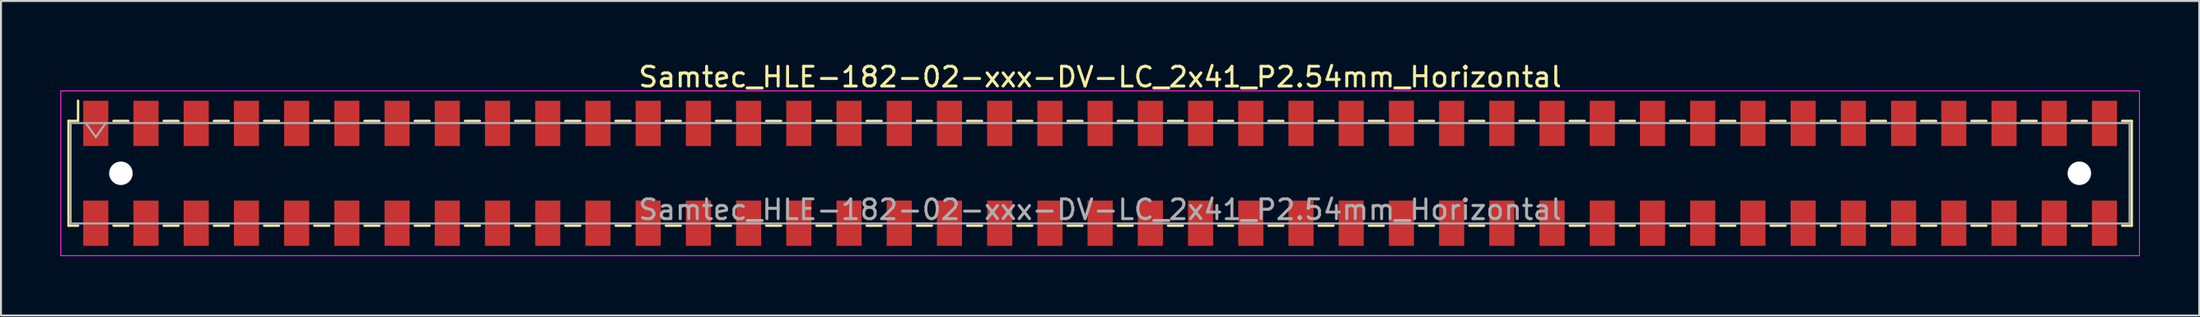
<source format=kicad_pcb>
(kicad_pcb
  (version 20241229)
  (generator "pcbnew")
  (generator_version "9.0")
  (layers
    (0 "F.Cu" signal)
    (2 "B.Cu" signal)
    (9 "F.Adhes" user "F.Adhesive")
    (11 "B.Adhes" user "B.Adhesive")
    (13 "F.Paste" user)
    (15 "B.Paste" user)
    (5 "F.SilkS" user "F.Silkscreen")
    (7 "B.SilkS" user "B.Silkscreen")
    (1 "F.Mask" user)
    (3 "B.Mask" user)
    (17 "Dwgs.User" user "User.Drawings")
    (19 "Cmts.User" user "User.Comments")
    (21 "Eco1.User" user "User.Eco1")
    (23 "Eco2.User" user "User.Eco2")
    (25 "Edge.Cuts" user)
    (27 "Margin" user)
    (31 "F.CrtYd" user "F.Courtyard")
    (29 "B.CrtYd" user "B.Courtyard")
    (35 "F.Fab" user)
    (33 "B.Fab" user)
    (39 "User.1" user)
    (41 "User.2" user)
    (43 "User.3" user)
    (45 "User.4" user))
  (footprint "Samtec_HLE-182-02-xxx-DV-LC_2x41_P2.54mm_Horizontal"
    (layer "F.Cu")
    (at 52.595 5.718)
    (property "Reference" "Samtec_HLE-182-02-xxx-DV-LC_2x41_P2.54mm_Horizontal" (at 0 -4.87 0) (layer "F.SilkS") (effects (font (size 1 1) (thickness 0.15))))
    (attr smd)
    (fp_line (start -52.18 -2.65) (end -52.18 2.65) (stroke (width 0.12) (type solid)) (layer "F.SilkS"))
    (fp_line (start -52.18 2.65) (end -51.695 2.65) (stroke (width 0.12) (type solid)) (layer "F.SilkS"))
    (fp_line (start -51.695 -3.67) (end -51.695 -2.65) (stroke (width 0.12) (type solid)) (layer "F.SilkS"))
    (fp_line (start -51.695 -2.65) (end -52.18 -2.65) (stroke (width 0.12) (type solid)) (layer "F.SilkS"))
    (fp_line (start -49.905 -2.65) (end -49.155 -2.65) (stroke (width 0.12) (type solid)) (layer "F.SilkS"))
    (fp_line (start -49.905 2.65) (end -49.155 2.65) (stroke (width 0.12) (type solid)) (layer "F.SilkS"))
    (fp_line (start -47.365 -2.65) (end -46.615 -2.65) (stroke (width 0.12) (type solid)) (layer "F.SilkS"))
    (fp_line (start -47.365 2.65) (end -46.615 2.65) (stroke (width 0.12) (type solid)) (layer "F.SilkS"))
    (fp_line (start -44.825 -2.65) (end -44.075 -2.65) (stroke (width 0.12) (type solid)) (layer "F.SilkS"))
    (fp_line (start -44.825 2.65) (end -44.075 2.65) (stroke (width 0.12) (type solid)) (layer "F.SilkS"))
    (fp_line (start -42.285 -2.65) (end -41.535 -2.65) (stroke (width 0.12) (type solid)) (layer "F.SilkS"))
    (fp_line (start -42.285 2.65) (end -41.535 2.65) (stroke (width 0.12) (type solid)) (layer "F.SilkS"))
    (fp_line (start -39.745 -2.65) (end -38.995 -2.65) (stroke (width 0.12) (type solid)) (layer "F.SilkS"))
    (fp_line (start -39.745 2.65) (end -38.995 2.65) (stroke (width 0.12) (type solid)) (layer "F.SilkS"))
    (fp_line (start -37.205 -2.65) (end -36.455 -2.65) (stroke (width 0.12) (type solid)) (layer "F.SilkS"))
    (fp_line (start -37.205 2.65) (end -36.455 2.65) (stroke (width 0.12) (type solid)) (layer "F.SilkS"))
    (fp_line (start -34.665 -2.65) (end -33.915 -2.65) (stroke (width 0.12) (type solid)) (layer "F.SilkS"))
    (fp_line (start -34.665 2.65) (end -33.915 2.65) (stroke (width 0.12) (type solid)) (layer "F.SilkS"))
    (fp_line (start -32.125 -2.65) (end -31.375 -2.65) (stroke (width 0.12) (type solid)) (layer "F.SilkS"))
    (fp_line (start -32.125 2.65) (end -31.375 2.65) (stroke (width 0.12) (type solid)) (layer "F.SilkS"))
    (fp_line (start -29.585 -2.65) (end -28.835 -2.65) (stroke (width 0.12) (type solid)) (layer "F.SilkS"))
    (fp_line (start -29.585 2.65) (end -28.835 2.65) (stroke (width 0.12) (type solid)) (layer "F.SilkS"))
    (fp_line (start -27.045 -2.65) (end -26.295 -2.65) (stroke (width 0.12) (type solid)) (layer "F.SilkS"))
    (fp_line (start -27.045 2.65) (end -26.295 2.65) (stroke (width 0.12) (type solid)) (layer "F.SilkS"))
    (fp_line (start -24.505 -2.65) (end -23.755 -2.65) (stroke (width 0.12) (type solid)) (layer "F.SilkS"))
    (fp_line (start -24.505 2.65) (end -23.755 2.65) (stroke (width 0.12) (type solid)) (layer "F.SilkS"))
    (fp_line (start -21.965 -2.65) (end -21.215 -2.65) (stroke (width 0.12) (type solid)) (layer "F.SilkS"))
    (fp_line (start -21.965 2.65) (end -21.215 2.65) (stroke (width 0.12) (type solid)) (layer "F.SilkS"))
    (fp_line (start -19.425 -2.65) (end -18.675 -2.65) (stroke (width 0.12) (type solid)) (layer "F.SilkS"))
    (fp_line (start -19.425 2.65) (end -18.675 2.65) (stroke (width 0.12) (type solid)) (layer "F.SilkS"))
    (fp_line (start -16.885 -2.65) (end -16.135 -2.65) (stroke (width 0.12) (type solid)) (layer "F.SilkS"))
    (fp_line (start -16.885 2.65) (end -16.135 2.65) (stroke (width 0.12) (type solid)) (layer "F.SilkS"))
    (fp_line (start -14.345 -2.65) (end -13.595 -2.65) (stroke (width 0.12) (type solid)) (layer "F.SilkS"))
    (fp_line (start -14.345 2.65) (end -13.595 2.65) (stroke (width 0.12) (type solid)) (layer "F.SilkS"))
    (fp_line (start -11.805 -2.65) (end -11.055 -2.65) (stroke (width 0.12) (type solid)) (layer "F.SilkS"))
    (fp_line (start -11.805 2.65) (end -11.055 2.65) (stroke (width 0.12) (type solid)) (layer "F.SilkS"))
    (fp_line (start -9.265 -2.65) (end -8.515 -2.65) (stroke (width 0.12) (type solid)) (layer "F.SilkS"))
    (fp_line (start -9.265 2.65) (end -8.515 2.65) (stroke (width 0.12) (type solid)) (layer "F.SilkS"))
    (fp_line (start -6.725 -2.65) (end -5.975 -2.65) (stroke (width 0.12) (type solid)) (layer "F.SilkS"))
    (fp_line (start -6.725 2.65) (end -5.975 2.65) (stroke (width 0.12) (type solid)) (layer "F.SilkS"))
    (fp_line (start -4.185 -2.65) (end -3.435 -2.65) (stroke (width 0.12) (type solid)) (layer "F.SilkS"))
    (fp_line (start -4.185 2.65) (end -3.435 2.65) (stroke (width 0.12) (type solid)) (layer "F.SilkS"))
    (fp_line (start -1.645 -2.65) (end -0.895 -2.65) (stroke (width 0.12) (type solid)) (layer "F.SilkS"))
    (fp_line (start -1.645 2.65) (end -0.895 2.65) (stroke (width 0.12) (type solid)) (layer "F.SilkS"))
    (fp_line (start 0.895 -2.65) (end 1.645 -2.65) (stroke (width 0.12) (type solid)) (layer "F.SilkS"))
    (fp_line (start 0.895 2.65) (end 1.645 2.65) (stroke (width 0.12) (type solid)) (layer "F.SilkS"))
    (fp_line (start 3.435 -2.65) (end 4.185 -2.65) (stroke (width 0.12) (type solid)) (layer "F.SilkS"))
    (fp_line (start 3.435 2.65) (end 4.185 2.65) (stroke (width 0.12) (type solid)) (layer "F.SilkS"))
    (fp_line (start 5.975 -2.65) (end 6.725 -2.65) (stroke (width 0.12) (type solid)) (layer "F.SilkS"))
    (fp_line (start 5.975 2.65) (end 6.725 2.65) (stroke (width 0.12) (type solid)) (layer "F.SilkS"))
    (fp_line (start 8.515 -2.65) (end 9.265 -2.65) (stroke (width 0.12) (type solid)) (layer "F.SilkS"))
    (fp_line (start 8.515 2.65) (end 9.265 2.65) (stroke (width 0.12) (type solid)) (layer "F.SilkS"))
    (fp_line (start 11.055 -2.65) (end 11.805 -2.65) (stroke (width 0.12) (type solid)) (layer "F.SilkS"))
    (fp_line (start 11.055 2.65) (end 11.805 2.65) (stroke (width 0.12) (type solid)) (layer "F.SilkS"))
    (fp_line (start 13.595 -2.65) (end 14.345 -2.65) (stroke (width 0.12) (type solid)) (layer "F.SilkS"))
    (fp_line (start 13.595 2.65) (end 14.345 2.65) (stroke (width 0.12) (type solid)) (layer "F.SilkS"))
    (fp_line (start 16.135 -2.65) (end 16.885 -2.65) (stroke (width 0.12) (type solid)) (layer "F.SilkS"))
    (fp_line (start 16.135 2.65) (end 16.885 2.65) (stroke (width 0.12) (type solid)) (layer "F.SilkS"))
    (fp_line (start 18.675 -2.65) (end 19.425 -2.65) (stroke (width 0.12) (type solid)) (layer "F.SilkS"))
    (fp_line (start 18.675 2.65) (end 19.425 2.65) (stroke (width 0.12) (type solid)) (layer "F.SilkS"))
    (fp_line (start 21.215 -2.65) (end 21.965 -2.65) (stroke (width 0.12) (type solid)) (layer "F.SilkS"))
    (fp_line (start 21.215 2.65) (end 21.965 2.65) (stroke (width 0.12) (type solid)) (layer "F.SilkS"))
    (fp_line (start 23.755 -2.65) (end 24.505 -2.65) (stroke (width 0.12) (type solid)) (layer "F.SilkS"))
    (fp_line (start 23.755 2.65) (end 24.505 2.65) (stroke (width 0.12) (type solid)) (layer "F.SilkS"))
    (fp_line (start 26.295 -2.65) (end 27.045 -2.65) (stroke (width 0.12) (type solid)) (layer "F.SilkS"))
    (fp_line (start 26.295 2.65) (end 27.045 2.65) (stroke (width 0.12) (type solid)) (layer "F.SilkS"))
    (fp_line (start 28.835 -2.65) (end 29.585 -2.65) (stroke (width 0.12) (type solid)) (layer "F.SilkS"))
    (fp_line (start 28.835 2.65) (end 29.585 2.65) (stroke (width 0.12) (type solid)) (layer "F.SilkS"))
    (fp_line (start 31.375 -2.65) (end 32.125 -2.65) (stroke (width 0.12) (type solid)) (layer "F.SilkS"))
    (fp_line (start 31.375 2.65) (end 32.125 2.65) (stroke (width 0.12) (type solid)) (layer "F.SilkS"))
    (fp_line (start 33.915 -2.65) (end 34.665 -2.65) (stroke (width 0.12) (type solid)) (layer "F.SilkS"))
    (fp_line (start 33.915 2.65) (end 34.665 2.65) (stroke (width 0.12) (type solid)) (layer "F.SilkS"))
    (fp_line (start 36.455 -2.65) (end 37.205 -2.65) (stroke (width 0.12) (type solid)) (layer "F.SilkS"))
    (fp_line (start 36.455 2.65) (end 37.205 2.65) (stroke (width 0.12) (type solid)) (layer "F.SilkS"))
    (fp_line (start 38.995 -2.65) (end 39.745 -2.65) (stroke (width 0.12) (type solid)) (layer "F.SilkS"))
    (fp_line (start 38.995 2.65) (end 39.745 2.65) (stroke (width 0.12) (type solid)) (layer "F.SilkS"))
    (fp_line (start 41.535 -2.65) (end 42.285 -2.65) (stroke (width 0.12) (type solid)) (layer "F.SilkS"))
    (fp_line (start 41.535 2.65) (end 42.285 2.65) (stroke (width 0.12) (type solid)) (layer "F.SilkS"))
    (fp_line (start 44.075 -2.65) (end 44.825 -2.65) (stroke (width 0.12) (type solid)) (layer "F.SilkS"))
    (fp_line (start 44.075 2.65) (end 44.825 2.65) (stroke (width 0.12) (type solid)) (layer "F.SilkS"))
    (fp_line (start 46.615 -2.65) (end 47.365 -2.65) (stroke (width 0.12) (type solid)) (layer "F.SilkS"))
    (fp_line (start 46.615 2.65) (end 47.365 2.65) (stroke (width 0.12) (type solid)) (layer "F.SilkS"))
    (fp_line (start 49.155 -2.65) (end 49.905 -2.65) (stroke (width 0.12) (type solid)) (layer "F.SilkS"))
    (fp_line (start 49.155 2.65) (end 49.905 2.65) (stroke (width 0.12) (type solid)) (layer "F.SilkS"))
    (fp_line (start 51.695 -2.65) (end 52.18 -2.65) (stroke (width 0.12) (type solid)) (layer "F.SilkS"))
    (fp_line (start 52.18 -2.65) (end 52.18 2.65) (stroke (width 0.12) (type solid)) (layer "F.SilkS"))
    (fp_line (start 52.18 2.65) (end 51.695 2.65) (stroke (width 0.12) (type solid)) (layer "F.SilkS"))
    (fp_line (start -52.57 -4.17) (end 52.57 -4.17) (stroke (width 0.05) (type solid)) (layer "F.CrtYd"))
    (fp_line (start -52.57 4.17) (end -52.57 -4.17) (stroke (width 0.05) (type solid)) (layer "F.CrtYd"))
    (fp_line (start 52.57 -4.17) (end 52.57 4.17) (stroke (width 0.05) (type solid)) (layer "F.CrtYd"))
    (fp_line (start 52.57 4.17) (end -52.57 4.17) (stroke (width 0.05) (type solid)) (layer "F.CrtYd"))
    (fp_line (start -52.07 -2.54) (end 52.07 -2.54) (stroke (width 0.1) (type solid)) (layer "F.Fab"))
    (fp_line (start -52.07 2.54) (end -52.07 -2.54) (stroke (width 0.1) (type solid)) (layer "F.Fab"))
    (fp_line (start -51.3 -2.54) (end -50.8 -1.833) (stroke (width 0.1) (type solid)) (layer "F.Fab"))
    (fp_line (start -50.8 -1.833) (end -50.3 -2.54) (stroke (width 0.1) (type solid)) (layer "F.Fab"))
    (fp_line (start 52.07 -2.54) (end 52.07 2.54) (stroke (width 0.1) (type solid)) (layer "F.Fab"))
    (fp_line (start 52.07 2.54) (end -52.07 2.54) (stroke (width 0.1) (type solid)) (layer "F.Fab"))
    (fp_text user "${REFERENCE}" (at 0 1.84 0) (layer "F.Fab") (effects (font (size 1 1) (thickness 0.15))))
    (pad "" np_thru_hole circle (at -49.53 0) (size 1.19 1.19) (drill 1.19) (layers "*.Cu" "*.Mask"))
    (pad "" np_thru_hole circle (at 49.53 0) (size 1.19 1.19) (drill 1.19) (layers "*.Cu" "*.Mask"))
    (pad "1" smd rect (at -50.8 -2.525) (size 1.27 2.29) (layers "F.Cu" "F.Mask" "F.Paste"))
    (pad "2" smd rect (at -50.8 2.525) (size 1.27 2.29) (layers "F.Cu" "F.Mask" "F.Paste"))
    (pad "3" smd rect (at -48.26 -2.525) (size 1.27 2.29) (layers "F.Cu" "F.Mask" "F.Paste"))
    (pad "4" smd rect (at -48.26 2.525) (size 1.27 2.29) (layers "F.Cu" "F.Mask" "F.Paste"))
    (pad "5" smd rect (at -45.72 -2.525) (size 1.27 2.29) (layers "F.Cu" "F.Mask" "F.Paste"))
    (pad "6" smd rect (at -45.72 2.525) (size 1.27 2.29) (layers "F.Cu" "F.Mask" "F.Paste"))
    (pad "7" smd rect (at -43.18 -2.525) (size 1.27 2.29) (layers "F.Cu" "F.Mask" "F.Paste"))
    (pad "8" smd rect (at -43.18 2.525) (size 1.27 2.29) (layers "F.Cu" "F.Mask" "F.Paste"))
    (pad "9" smd rect (at -40.64 -2.525) (size 1.27 2.29) (layers "F.Cu" "F.Mask" "F.Paste"))
    (pad "10" smd rect (at -40.64 2.525) (size 1.27 2.29) (layers "F.Cu" "F.Mask" "F.Paste"))
    (pad "11" smd rect (at -38.1 -2.525) (size 1.27 2.29) (layers "F.Cu" "F.Mask" "F.Paste"))
    (pad "12" smd rect (at -38.1 2.525) (size 1.27 2.29) (layers "F.Cu" "F.Mask" "F.Paste"))
    (pad "13" smd rect (at -35.56 -2.525) (size 1.27 2.29) (layers "F.Cu" "F.Mask" "F.Paste"))
    (pad "14" smd rect (at -35.56 2.525) (size 1.27 2.29) (layers "F.Cu" "F.Mask" "F.Paste"))
    (pad "15" smd rect (at -33.02 -2.525) (size 1.27 2.29) (layers "F.Cu" "F.Mask" "F.Paste"))
    (pad "16" smd rect (at -33.02 2.525) (size 1.27 2.29) (layers "F.Cu" "F.Mask" "F.Paste"))
    (pad "17" smd rect (at -30.48 -2.525) (size 1.27 2.29) (layers "F.Cu" "F.Mask" "F.Paste"))
    (pad "18" smd rect (at -30.48 2.525) (size 1.27 2.29) (layers "F.Cu" "F.Mask" "F.Paste"))
    (pad "19" smd rect (at -27.94 -2.525) (size 1.27 2.29) (layers "F.Cu" "F.Mask" "F.Paste"))
    (pad "20" smd rect (at -27.94 2.525) (size 1.27 2.29) (layers "F.Cu" "F.Mask" "F.Paste"))
    (pad "21" smd rect (at -25.4 -2.525) (size 1.27 2.29) (layers "F.Cu" "F.Mask" "F.Paste"))
    (pad "22" smd rect (at -25.4 2.525) (size 1.27 2.29) (layers "F.Cu" "F.Mask" "F.Paste"))
    (pad "23" smd rect (at -22.86 -2.525) (size 1.27 2.29) (layers "F.Cu" "F.Mask" "F.Paste"))
    (pad "24" smd rect (at -22.86 2.525) (size 1.27 2.29) (layers "F.Cu" "F.Mask" "F.Paste"))
    (pad "25" smd rect (at -20.32 -2.525) (size 1.27 2.29) (layers "F.Cu" "F.Mask" "F.Paste"))
    (pad "26" smd rect (at -20.32 2.525) (size 1.27 2.29) (layers "F.Cu" "F.Mask" "F.Paste"))
    (pad "27" smd rect (at -17.78 -2.525) (size 1.27 2.29) (layers "F.Cu" "F.Mask" "F.Paste"))
    (pad "28" smd rect (at -17.78 2.525) (size 1.27 2.29) (layers "F.Cu" "F.Mask" "F.Paste"))
    (pad "29" smd rect (at -15.24 -2.525) (size 1.27 2.29) (layers "F.Cu" "F.Mask" "F.Paste"))
    (pad "30" smd rect (at -15.24 2.525) (size 1.27 2.29) (layers "F.Cu" "F.Mask" "F.Paste"))
    (pad "31" smd rect (at -12.7 -2.525) (size 1.27 2.29) (layers "F.Cu" "F.Mask" "F.Paste"))
    (pad "32" smd rect (at -12.7 2.525) (size 1.27 2.29) (layers "F.Cu" "F.Mask" "F.Paste"))
    (pad "33" smd rect (at -10.16 -2.525) (size 1.27 2.29) (layers "F.Cu" "F.Mask" "F.Paste"))
    (pad "34" smd rect (at -10.16 2.525) (size 1.27 2.29) (layers "F.Cu" "F.Mask" "F.Paste"))
    (pad "35" smd rect (at -7.62 -2.525) (size 1.27 2.29) (layers "F.Cu" "F.Mask" "F.Paste"))
    (pad "36" smd rect (at -7.62 2.525) (size 1.27 2.29) (layers "F.Cu" "F.Mask" "F.Paste"))
    (pad "37" smd rect (at -5.08 -2.525) (size 1.27 2.29) (layers "F.Cu" "F.Mask" "F.Paste"))
    (pad "38" smd rect (at -5.08 2.525) (size 1.27 2.29) (layers "F.Cu" "F.Mask" "F.Paste"))
    (pad "39" smd rect (at -2.54 -2.525) (size 1.27 2.29) (layers "F.Cu" "F.Mask" "F.Paste"))
    (pad "40" smd rect (at -2.54 2.525) (size 1.27 2.29) (layers "F.Cu" "F.Mask" "F.Paste"))
    (pad "41" smd rect (at 0 -2.525) (size 1.27 2.29) (layers "F.Cu" "F.Mask" "F.Paste"))
    (pad "42" smd rect (at 0 2.525) (size 1.27 2.29) (layers "F.Cu" "F.Mask" "F.Paste"))
    (pad "43" smd rect (at 2.54 -2.525) (size 1.27 2.29) (layers "F.Cu" "F.Mask" "F.Paste"))
    (pad "44" smd rect (at 2.54 2.525) (size 1.27 2.29) (layers "F.Cu" "F.Mask" "F.Paste"))
    (pad "45" smd rect (at 5.08 -2.525) (size 1.27 2.29) (layers "F.Cu" "F.Mask" "F.Paste"))
    (pad "46" smd rect (at 5.08 2.525) (size 1.27 2.29) (layers "F.Cu" "F.Mask" "F.Paste"))
    (pad "47" smd rect (at 7.62 -2.525) (size 1.27 2.29) (layers "F.Cu" "F.Mask" "F.Paste"))
    (pad "48" smd rect (at 7.62 2.525) (size 1.27 2.29) (layers "F.Cu" "F.Mask" "F.Paste"))
    (pad "49" smd rect (at 10.16 -2.525) (size 1.27 2.29) (layers "F.Cu" "F.Mask" "F.Paste"))
    (pad "50" smd rect (at 10.16 2.525) (size 1.27 2.29) (layers "F.Cu" "F.Mask" "F.Paste"))
    (pad "51" smd rect (at 12.7 -2.525) (size 1.27 2.29) (layers "F.Cu" "F.Mask" "F.Paste"))
    (pad "52" smd rect (at 12.7 2.525) (size 1.27 2.29) (layers "F.Cu" "F.Mask" "F.Paste"))
    (pad "53" smd rect (at 15.24 -2.525) (size 1.27 2.29) (layers "F.Cu" "F.Mask" "F.Paste"))
    (pad "54" smd rect (at 15.24 2.525) (size 1.27 2.29) (layers "F.Cu" "F.Mask" "F.Paste"))
    (pad "55" smd rect (at 17.78 -2.525) (size 1.27 2.29) (layers "F.Cu" "F.Mask" "F.Paste"))
    (pad "56" smd rect (at 17.78 2.525) (size 1.27 2.29) (layers "F.Cu" "F.Mask" "F.Paste"))
    (pad "57" smd rect (at 20.32 -2.525) (size 1.27 2.29) (layers "F.Cu" "F.Mask" "F.Paste"))
    (pad "58" smd rect (at 20.32 2.525) (size 1.27 2.29) (layers "F.Cu" "F.Mask" "F.Paste"))
    (pad "59" smd rect (at 22.86 -2.525) (size 1.27 2.29) (layers "F.Cu" "F.Mask" "F.Paste"))
    (pad "60" smd rect (at 22.86 2.525) (size 1.27 2.29) (layers "F.Cu" "F.Mask" "F.Paste"))
    (pad "61" smd rect (at 25.4 -2.525) (size 1.27 2.29) (layers "F.Cu" "F.Mask" "F.Paste"))
    (pad "62" smd rect (at 25.4 2.525) (size 1.27 2.29) (layers "F.Cu" "F.Mask" "F.Paste"))
    (pad "63" smd rect (at 27.94 -2.525) (size 1.27 2.29) (layers "F.Cu" "F.Mask" "F.Paste"))
    (pad "64" smd rect (at 27.94 2.525) (size 1.27 2.29) (layers "F.Cu" "F.Mask" "F.Paste"))
    (pad "65" smd rect (at 30.48 -2.525) (size 1.27 2.29) (layers "F.Cu" "F.Mask" "F.Paste"))
    (pad "66" smd rect (at 30.48 2.525) (size 1.27 2.29) (layers "F.Cu" "F.Mask" "F.Paste"))
    (pad "67" smd rect (at 33.02 -2.525) (size 1.27 2.29) (layers "F.Cu" "F.Mask" "F.Paste"))
    (pad "68" smd rect (at 33.02 2.525) (size 1.27 2.29) (layers "F.Cu" "F.Mask" "F.Paste"))
    (pad "69" smd rect (at 35.56 -2.525) (size 1.27 2.29) (layers "F.Cu" "F.Mask" "F.Paste"))
    (pad "70" smd rect (at 35.56 2.525) (size 1.27 2.29) (layers "F.Cu" "F.Mask" "F.Paste"))
    (pad "71" smd rect (at 38.1 -2.525) (size 1.27 2.29) (layers "F.Cu" "F.Mask" "F.Paste"))
    (pad "72" smd rect (at 38.1 2.525) (size 1.27 2.29) (layers "F.Cu" "F.Mask" "F.Paste"))
    (pad "73" smd rect (at 40.64 -2.525) (size 1.27 2.29) (layers "F.Cu" "F.Mask" "F.Paste"))
    (pad "74" smd rect (at 40.64 2.525) (size 1.27 2.29) (layers "F.Cu" "F.Mask" "F.Paste"))
    (pad "75" smd rect (at 43.18 -2.525) (size 1.27 2.29) (layers "F.Cu" "F.Mask" "F.Paste"))
    (pad "76" smd rect (at 43.18 2.525) (size 1.27 2.29) (layers "F.Cu" "F.Mask" "F.Paste"))
    (pad "77" smd rect (at 45.72 -2.525) (size 1.27 2.29) (layers "F.Cu" "F.Mask" "F.Paste"))
    (pad "78" smd rect (at 45.72 2.525) (size 1.27 2.29) (layers "F.Cu" "F.Mask" "F.Paste"))
    (pad "79" smd rect (at 48.26 -2.525) (size 1.27 2.29) (layers "F.Cu" "F.Mask" "F.Paste"))
    (pad "80" smd rect (at 48.26 2.525) (size 1.27 2.29) (layers "F.Cu" "F.Mask" "F.Paste"))
    (pad "81" smd rect (at 50.8 -2.525) (size 1.27 2.29) (layers "F.Cu" "F.Mask" "F.Paste"))
    (pad "82" smd rect (at 50.8 2.525) (size 1.27 2.29) (layers "F.Cu" "F.Mask" "F.Paste")))
  (gr_rect
    (start -3 -3)
    (end 108.19 12.913)
    (stroke (width 0.1) (type default))
    (fill no)
    (layer "Edge.Cuts")))
</source>
